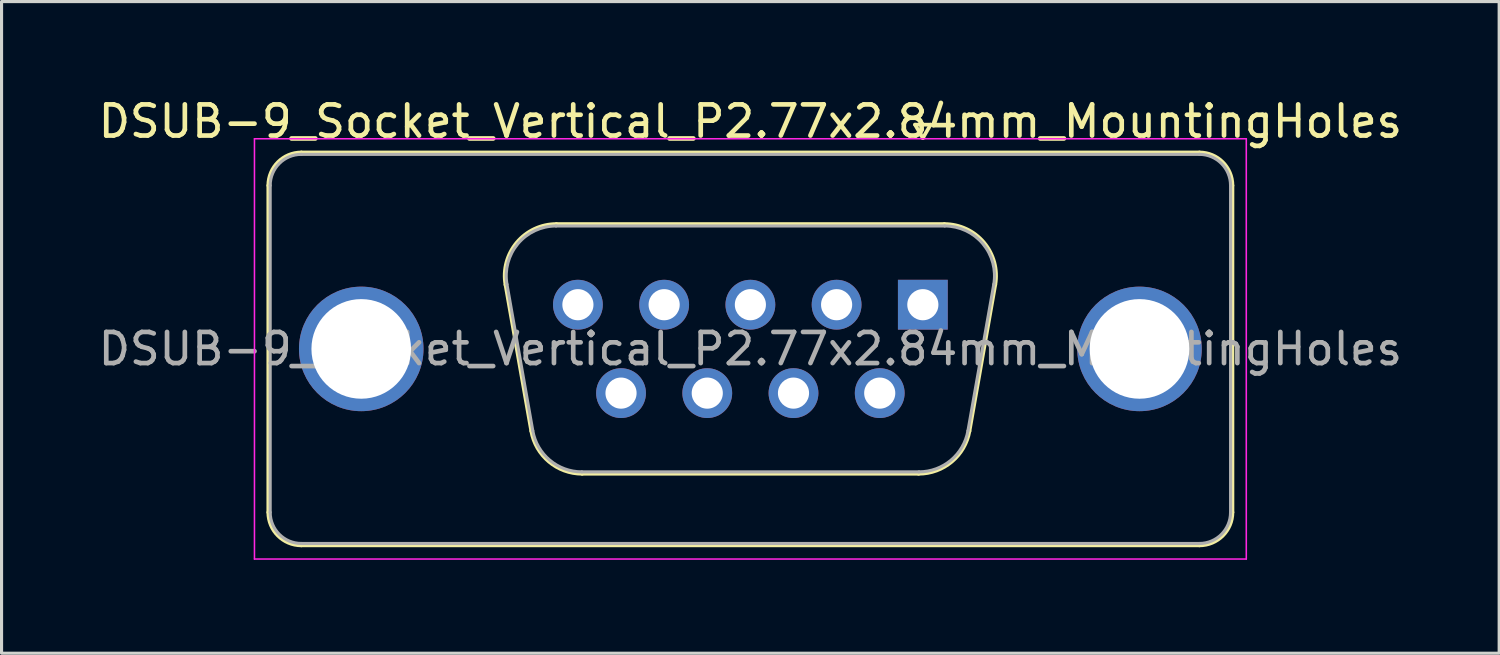
<source format=kicad_pcb>
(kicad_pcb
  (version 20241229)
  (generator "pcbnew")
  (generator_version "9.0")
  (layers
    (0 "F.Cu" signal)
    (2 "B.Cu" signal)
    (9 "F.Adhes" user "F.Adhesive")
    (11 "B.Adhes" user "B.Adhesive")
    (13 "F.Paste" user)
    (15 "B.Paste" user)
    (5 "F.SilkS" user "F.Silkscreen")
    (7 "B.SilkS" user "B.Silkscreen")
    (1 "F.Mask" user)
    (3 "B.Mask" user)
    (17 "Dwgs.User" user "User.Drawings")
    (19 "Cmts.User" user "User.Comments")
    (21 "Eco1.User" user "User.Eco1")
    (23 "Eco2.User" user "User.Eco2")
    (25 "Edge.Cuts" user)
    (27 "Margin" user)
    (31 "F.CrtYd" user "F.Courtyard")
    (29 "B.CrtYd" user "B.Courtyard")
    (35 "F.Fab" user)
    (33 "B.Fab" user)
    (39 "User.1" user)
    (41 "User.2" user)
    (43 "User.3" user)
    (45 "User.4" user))
  (footprint "DSUB-9_Socket_Vertical_P2.77x2.84mm_MountingHoles"
    (layer "F.Cu")
    (at 26.594 6.738)
    (property "Reference" "DSUB-9_Socket_Vertical_P2.77x2.84mm_MountingHoles" (at -5.54 -5.89 0) (layer "F.SilkS") (effects (font (size 1 1) (thickness 0.15))))
    (attr through_hole)
    (fp_line (start -21.025 6.67) (end -21.025 -3.83) (stroke (width 0.12) (type solid)) (layer "F.SilkS"))
    (fp_line (start -19.965 -4.89) (end 8.885 -4.89) (stroke (width 0.12) (type solid)) (layer "F.SilkS"))
    (fp_line (start -12.578 4.058) (end -13.406 -0.642) (stroke (width 0.12) (type solid)) (layer "F.SilkS"))
    (fp_line (start -11.772 -2.59) (end 0.692 -2.59) (stroke (width 0.12) (type solid)) (layer "F.SilkS"))
    (fp_line (start -0.25 -5.784) (end 0.25 -5.784) (stroke (width 0.12) (type solid)) (layer "F.SilkS"))
    (fp_line (start -0.137 5.43) (end -10.943 5.43) (stroke (width 0.12) (type solid)) (layer "F.SilkS"))
    (fp_line (start 0 -5.351) (end -0.25 -5.784) (stroke (width 0.12) (type solid)) (layer "F.SilkS"))
    (fp_line (start 0.25 -5.784) (end 0 -5.351) (stroke (width 0.12) (type solid)) (layer "F.SilkS"))
    (fp_line (start 2.326 -0.642) (end 1.498 4.058) (stroke (width 0.12) (type solid)) (layer "F.SilkS"))
    (fp_line (start 8.885 7.73) (end -19.965 7.73) (stroke (width 0.12) (type solid)) (layer "F.SilkS"))
    (fp_line (start 9.945 -3.83) (end 9.945 6.67) (stroke (width 0.12) (type solid)) (layer "F.SilkS"))
    (fp_arc (start -21.025 -3.83) (mid -20.714533 -4.579533) (end -19.965 -4.89) (stroke (width 0.12) (type solid)) (layer "F.SilkS"))
    (fp_arc (start -19.965 7.73) (mid -20.714533 7.419533) (end -21.025 6.67) (stroke (width 0.12) (type solid)) (layer "F.SilkS"))
    (fp_arc (start -13.40647 -0.641744) (mid -13.043323 -1.997027) (end -11.771689 -2.59) (stroke (width 0.12) (type solid)) (layer "F.SilkS"))
    (fp_arc (start -10.942952 5.43) (mid -12.00998 5.041634) (end -12.577733 4.058256) (stroke (width 0.12) (type solid)) (layer "F.SilkS"))
    (fp_arc (start 0.691689 -2.59) (mid 1.963323 -1.997027) (end 2.32647 -0.641744) (stroke (width 0.12) (type solid)) (layer "F.SilkS"))
    (fp_arc (start 1.497733 4.058256) (mid 0.92998 5.041634) (end -0.137048 5.43) (stroke (width 0.12) (type solid)) (layer "F.SilkS"))
    (fp_arc (start 8.885 -4.89) (mid 9.634533 -4.579533) (end 9.945 -3.83) (stroke (width 0.12) (type solid)) (layer "F.SilkS"))
    (fp_arc (start 9.945 6.67) (mid 9.634533 7.419533) (end 8.885 7.73) (stroke (width 0.12) (type solid)) (layer "F.SilkS"))
    (fp_line (start -21.47 -5.33) (end -21.47 8.17) (stroke (width 0.05) (type solid)) (layer "F.CrtYd"))
    (fp_line (start -21.47 8.17) (end 10.39 8.17) (stroke (width 0.05) (type solid)) (layer "F.CrtYd"))
    (fp_line (start 10.39 -5.33) (end -21.47 -5.33) (stroke (width 0.05) (type solid)) (layer "F.CrtYd"))
    (fp_line (start 10.39 8.17) (end 10.39 -5.33) (stroke (width 0.05) (type solid)) (layer "F.CrtYd"))
    (fp_line (start -20.965 6.67) (end -20.965 -3.83) (stroke (width 0.1) (type solid)) (layer "F.Fab"))
    (fp_line (start -19.965 -4.83) (end 8.885 -4.83) (stroke (width 0.1) (type solid)) (layer "F.Fab"))
    (fp_line (start -12.53 4.048) (end -13.359 -0.652) (stroke (width 0.1) (type solid)) (layer "F.Fab"))
    (fp_line (start -11.783 -2.53) (end 0.703 -2.53) (stroke (width 0.1) (type solid)) (layer "F.Fab"))
    (fp_line (start -0.126 5.37) (end -10.954 5.37) (stroke (width 0.1) (type solid)) (layer "F.Fab"))
    (fp_line (start 2.279 -0.652) (end 1.45 4.048) (stroke (width 0.1) (type solid)) (layer "F.Fab"))
    (fp_line (start 8.885 7.67) (end -19.965 7.67) (stroke (width 0.1) (type solid)) (layer "F.Fab"))
    (fp_line (start 9.885 -3.83) (end 9.885 6.67) (stroke (width 0.1) (type solid)) (layer "F.Fab"))
    (fp_arc (start -20.965 -3.83) (mid -20.672107 -4.537107) (end -19.965 -4.83) (stroke (width 0.1) (type solid)) (layer "F.Fab"))
    (fp_arc (start -19.965 7.67) (mid -20.672107 7.377107) (end -20.965 6.67) (stroke (width 0.1) (type solid)) (layer "F.Fab"))
    (fp_arc (start -13.358887 -0.652163) (mid -13.008865 -1.95846) (end -11.783194 -2.53) (stroke (width 0.1) (type solid)) (layer "F.Fab"))
    (fp_arc (start -10.954457 5.37) (mid -11.982918 4.995671) (end -12.53015 4.047837) (stroke (width 0.1) (type solid)) (layer "F.Fab"))
    (fp_arc (start 0.703194 -2.53) (mid 1.928865 -1.95846) (end 2.278887 -0.652163) (stroke (width 0.1) (type solid)) (layer "F.Fab"))
    (fp_arc (start 1.45015 4.047837) (mid 0.902918 4.995671) (end -0.125543 5.37) (stroke (width 0.1) (type solid)) (layer "F.Fab"))
    (fp_arc (start 8.885 -4.83) (mid 9.592107 -4.537107) (end 9.885 -3.83) (stroke (width 0.1) (type solid)) (layer "F.Fab"))
    (fp_arc (start 9.885 6.67) (mid 9.592107 7.377107) (end 8.885 7.67) (stroke (width 0.1) (type solid)) (layer "F.Fab"))
    (fp_text user "${REFERENCE}" (at -5.54 1.42 0) (layer "F.Fab") (effects (font (size 1 1) (thickness 0.15))))
    (pad "0" thru_hole circle (at -18.04 1.42) (size 4 4) (drill 3.2) (layers "*.Cu" "*.Mask"))
    (pad "0" thru_hole circle (at 6.96 1.42) (size 4 4) (drill 3.2) (layers "*.Cu" "*.Mask"))
    (pad "1" thru_hole rect (at 0 0) (size 1.6 1.6) (drill 1) (layers "*.Cu" "*.Mask"))
    (pad "2" thru_hole circle (at -2.77 0) (size 1.6 1.6) (drill 1) (layers "*.Cu" "*.Mask"))
    (pad "3" thru_hole circle (at -5.54 0) (size 1.6 1.6) (drill 1) (layers "*.Cu" "*.Mask"))
    (pad "4" thru_hole circle (at -8.31 0) (size 1.6 1.6) (drill 1) (layers "*.Cu" "*.Mask"))
    (pad "5" thru_hole circle (at -11.08 0) (size 1.6 1.6) (drill 1) (layers "*.Cu" "*.Mask"))
    (pad "6" thru_hole circle (at -1.385 2.84) (size 1.6 1.6) (drill 1) (layers "*.Cu" "*.Mask"))
    (pad "7" thru_hole circle (at -4.155 2.84) (size 1.6 1.6) (drill 1) (layers "*.Cu" "*.Mask"))
    (pad "8" thru_hole circle (at -6.925 2.84) (size 1.6 1.6) (drill 1) (layers "*.Cu" "*.Mask"))
    (pad "9" thru_hole circle (at -9.695 2.84) (size 1.6 1.6) (drill 1) (layers "*.Cu" "*.Mask")))
  (gr_rect
    (start -3 -3)
    (end 45.107 17.933)
    (stroke (width 0.1) (type default))
    (fill no)
    (layer "Edge.Cuts")))
</source>
